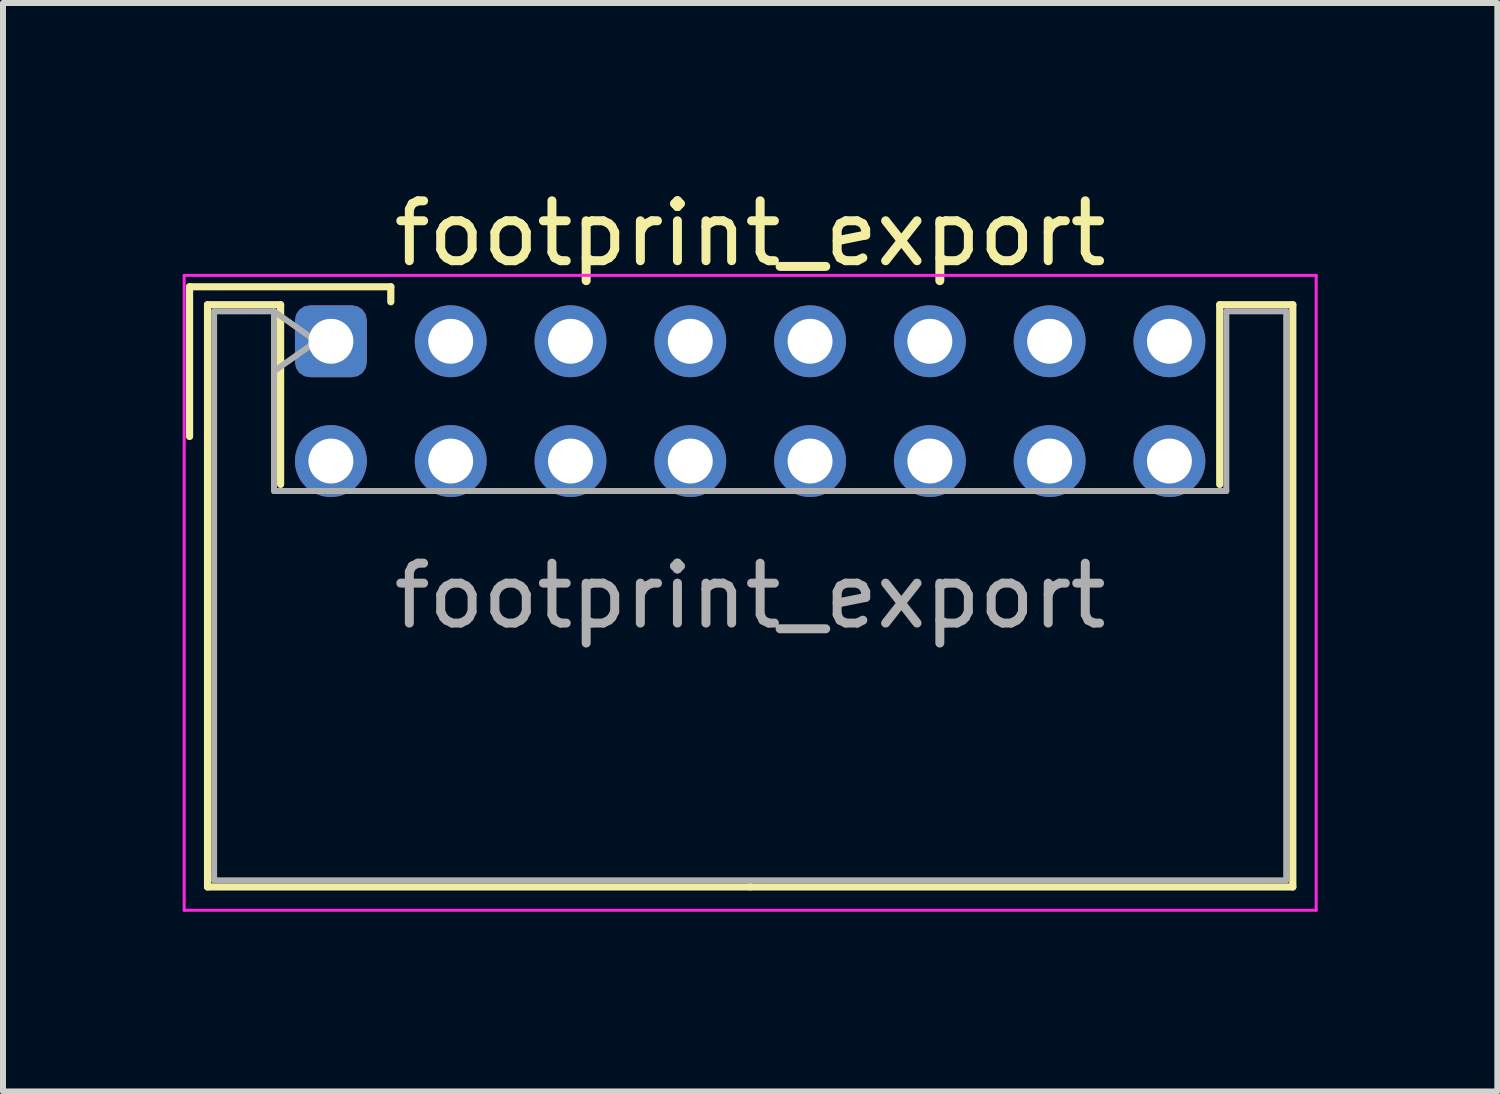
<source format=kicad_pcb>
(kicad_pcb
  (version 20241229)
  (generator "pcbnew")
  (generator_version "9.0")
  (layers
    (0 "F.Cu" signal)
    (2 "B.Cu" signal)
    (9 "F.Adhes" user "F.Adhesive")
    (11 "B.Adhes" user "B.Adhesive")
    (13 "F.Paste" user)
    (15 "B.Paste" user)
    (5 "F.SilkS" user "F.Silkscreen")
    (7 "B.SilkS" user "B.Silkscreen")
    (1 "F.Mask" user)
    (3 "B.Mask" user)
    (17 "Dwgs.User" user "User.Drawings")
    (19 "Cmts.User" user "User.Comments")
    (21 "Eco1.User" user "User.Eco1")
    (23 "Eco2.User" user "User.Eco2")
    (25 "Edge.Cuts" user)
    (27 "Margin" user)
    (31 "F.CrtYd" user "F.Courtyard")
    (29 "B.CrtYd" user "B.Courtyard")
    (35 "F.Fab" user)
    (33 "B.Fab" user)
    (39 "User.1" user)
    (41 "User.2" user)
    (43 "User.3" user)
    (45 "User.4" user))
  (footprint "footprint_export"
    (layer "F.Cu")
    (at 2.475 2.648)
    (property "Reference" "footprint_export" (at 7 -1.8 0) (layer "F.SilkS") (effects (font (size 1 1) (thickness 0.15))))
    (attr through_hole)
    (fp_line (start -2.36 -0.91) (end -2.36 1.59) (stroke (width 0.12) (type solid)) (layer "F.SilkS"))
    (fp_line (start -2.06 -0.61) (end -2.06 9.11) (stroke (width 0.12) (type solid)) (layer "F.SilkS"))
    (fp_line (start -2.06 9.11) (end 7 9.11) (stroke (width 0.12) (type solid)) (layer "F.SilkS"))
    (fp_line (start -0.84 -0.61) (end -2.06 -0.61) (stroke (width 0.12) (type solid)) (layer "F.SilkS"))
    (fp_line (start -0.84 2.39) (end -0.84 -0.61) (stroke (width 0.12) (type solid)) (layer "F.SilkS"))
    (fp_line (start 1 -0.91) (end -2.36 -0.91) (stroke (width 0.12) (type solid)) (layer "F.SilkS"))
    (fp_line (start 1 -0.66) (end 1 -0.91) (stroke (width 0.12) (type solid)) (layer "F.SilkS"))
    (fp_line (start 14.84 -0.61) (end 16.06 -0.61) (stroke (width 0.12) (type solid)) (layer "F.SilkS"))
    (fp_line (start 14.84 2.39) (end 14.84 -0.61) (stroke (width 0.12) (type solid)) (layer "F.SilkS"))
    (fp_line (start 16.06 -0.61) (end 16.06 9.11) (stroke (width 0.12) (type solid)) (layer "F.SilkS"))
    (fp_line (start 16.06 9.11) (end 7 9.11) (stroke (width 0.12) (type solid)) (layer "F.SilkS"))
    (fp_line (start -2.45 -1.1) (end -2.45 9.5) (stroke (width 0.05) (type solid)) (layer "F.CrtYd"))
    (fp_line (start -2.45 9.5) (end 16.45 9.5) (stroke (width 0.05) (type solid)) (layer "F.CrtYd"))
    (fp_line (start 16.45 -1.1) (end -2.45 -1.1) (stroke (width 0.05) (type solid)) (layer "F.CrtYd"))
    (fp_line (start 16.45 9.5) (end 16.45 -1.1) (stroke (width 0.05) (type solid)) (layer "F.CrtYd"))
    (fp_line (start -1.95 -0.5) (end -0.95 -0.5) (stroke (width 0.1) (type solid)) (layer "F.Fab"))
    (fp_line (start -1.95 9) (end -1.95 -0.5) (stroke (width 0.1) (type solid)) (layer "F.Fab"))
    (fp_line (start -0.95 -0.5) (end -0.95 2.5) (stroke (width 0.1) (type solid)) (layer "F.Fab"))
    (fp_line (start -0.95 -0.5) (end -0.243 0) (stroke (width 0.1) (type solid)) (layer "F.Fab"))
    (fp_line (start -0.95 2.5) (end 14.95 2.5) (stroke (width 0.1) (type solid)) (layer "F.Fab"))
    (fp_line (start -0.243 0) (end -0.95 0.5) (stroke (width 0.1) (type solid)) (layer "F.Fab"))
    (fp_line (start 14.95 -0.5) (end 15.95 -0.5) (stroke (width 0.1) (type solid)) (layer "F.Fab"))
    (fp_line (start 14.95 2.5) (end 14.95 -0.5) (stroke (width 0.1) (type solid)) (layer "F.Fab"))
    (fp_line (start 15.95 -0.5) (end 15.95 9) (stroke (width 0.1) (type solid)) (layer "F.Fab"))
    (fp_line (start 15.95 9) (end -1.95 9) (stroke (width 0.1) (type solid)) (layer "F.Fab"))
    (fp_text user "${REFERENCE}" (at 7 4.25 0) (layer "F.Fab") (effects (font (size 1 1) (thickness 0.15))))
    (pad "1" thru_hole roundrect (at 0 0) (size 1.2 1.2) (drill 0.75) (layers "*.Cu" "*.Mask") (roundrect_rratio 0.208))
    (pad "2" thru_hole circle (at 0 2) (size 1.2 1.2) (drill 0.75) (layers "*.Cu" "*.Mask"))
    (pad "3" thru_hole circle (at 2 0) (size 1.2 1.2) (drill 0.75) (layers "*.Cu" "*.Mask"))
    (pad "4" thru_hole circle (at 2 2) (size 1.2 1.2) (drill 0.75) (layers "*.Cu" "*.Mask"))
    (pad "5" thru_hole circle (at 4 0) (size 1.2 1.2) (drill 0.75) (layers "*.Cu" "*.Mask"))
    (pad "6" thru_hole circle (at 4 2) (size 1.2 1.2) (drill 0.75) (layers "*.Cu" "*.Mask"))
    (pad "7" thru_hole circle (at 6 0) (size 1.2 1.2) (drill 0.75) (layers "*.Cu" "*.Mask"))
    (pad "8" thru_hole circle (at 6 2) (size 1.2 1.2) (drill 0.75) (layers "*.Cu" "*.Mask"))
    (pad "9" thru_hole circle (at 8 0) (size 1.2 1.2) (drill 0.75) (layers "*.Cu" "*.Mask"))
    (pad "10" thru_hole circle (at 8 2) (size 1.2 1.2) (drill 0.75) (layers "*.Cu" "*.Mask"))
    (pad "11" thru_hole circle (at 10 0) (size 1.2 1.2) (drill 0.75) (layers "*.Cu" "*.Mask"))
    (pad "12" thru_hole circle (at 10 2) (size 1.2 1.2) (drill 0.75) (layers "*.Cu" "*.Mask"))
    (pad "13" thru_hole circle (at 12 0) (size 1.2 1.2) (drill 0.75) (layers "*.Cu" "*.Mask"))
    (pad "14" thru_hole circle (at 12 2) (size 1.2 1.2) (drill 0.75) (layers "*.Cu" "*.Mask"))
    (pad "15" thru_hole circle (at 14 0) (size 1.2 1.2) (drill 0.75) (layers "*.Cu" "*.Mask"))
    (pad "16" thru_hole circle (at 14 2) (size 1.2 1.2) (drill 0.75) (layers "*.Cu" "*.Mask")))
  (gr_rect
    (start -3 -3)
    (end 21.95 15.173)
    (stroke (width 0.1) (type default))
    (fill no)
    (layer "Edge.Cuts")))
</source>
